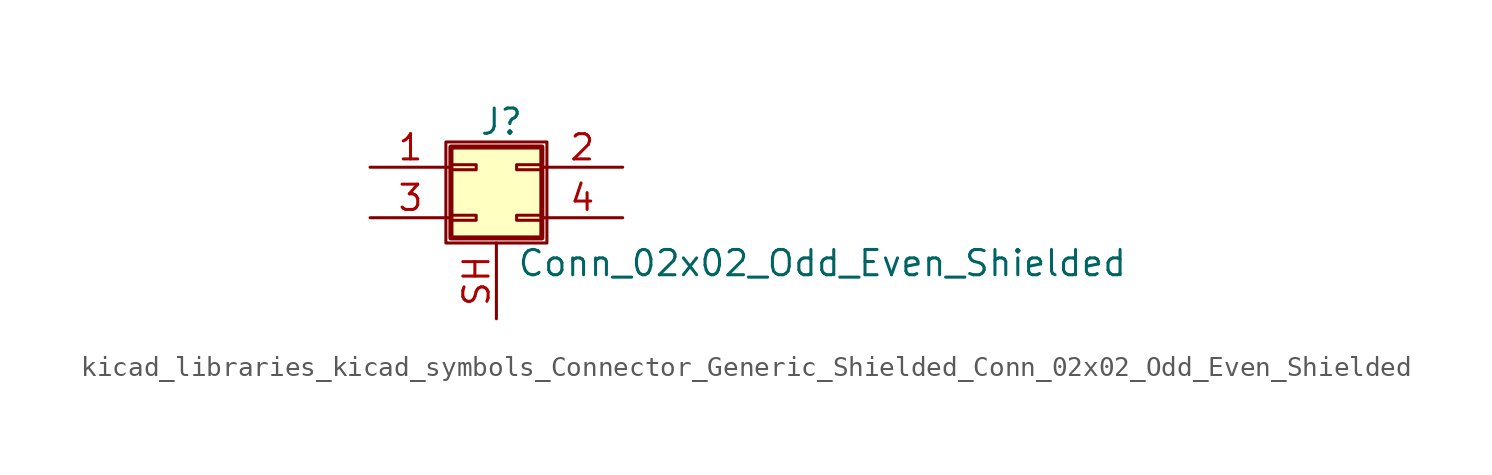
<source format=kicad_sym>
(kicad_symbol_lib
  (version 20220914)
  (generator kicad_symbol_editor)
  (symbol "kicad_libraries_kicad_symbols_Connector_Generic_Shielded_Conn_02x02_Odd_Even_Shielded"
    (pin_names
      (offset 1.016) hide)
    (property "Reference" "J"
      (at 1.524 2.286 0)
      (effects (font (size 1.27 1.27))))
    (property "Value" "Conn_02x02_Odd_Even_Shielded"
      (at 2.286 -4.826 0)
      (effects (font (size 1.27 1.27)) (justify left)))
    (symbol "kicad_libraries_kicad_symbols_Connector_Generic_Shielded_Conn_02x02_Odd_Even_Shielded_1_1"
      (rectangle (start -1.27 1.27) (end 3.81 -3.81) (stroke (width 0.152) (type default)) (fill (type none)))
      (rectangle (start -1.016 -2.413) (end 0.254 -2.667) (stroke (width 0.152) (type default)) (fill (type none)))
      (rectangle (start -1.016 0.127) (end 0.254 -0.127) (stroke (width 0.152) (type default)) (fill (type none)))
      (rectangle (start -1.016 1.016) (end 3.556 -3.556) (stroke (width 0.254) (type default)) (fill (type background)))
      (rectangle (start 3.556 -2.413) (end 2.286 -2.667) (stroke (width 0.152) (type default)) (fill (type none)))
      (rectangle (start 3.556 0.127) (end 2.286 -0.127) (stroke (width 0.152) (type default)) (fill (type none)))
      (pin passive line (at -5.08 0 0) (length 4.064) (name "Pin_1" (effects (font (size 1.27 1.27)))) (number "1" (effects (font (size 1.27 1.27)))))
      (pin passive line (at 7.62 0 180) (length 4.064) (name "Pin_2" (effects (font (size 1.27 1.27)))) (number "2" (effects (font (size 1.27 1.27)))))
      (pin passive line (at -5.08 -2.54 0) (length 4.064) (name "Pin_3" (effects (font (size 1.27 1.27)))) (number "3" (effects (font (size 1.27 1.27)))))
      (pin passive line (at 7.62 -2.54 180) (length 4.064) (name "Pin_4" (effects (font (size 1.27 1.27)))) (number "4" (effects (font (size 1.27 1.27)))))
      (pin passive line (at 1.27 -7.62 90) (length 3.81) (name "Shield" (effects (font (size 1.27 1.27)))) (number "SH" (effects (font (size 1.27 1.27))))))))
</source>
